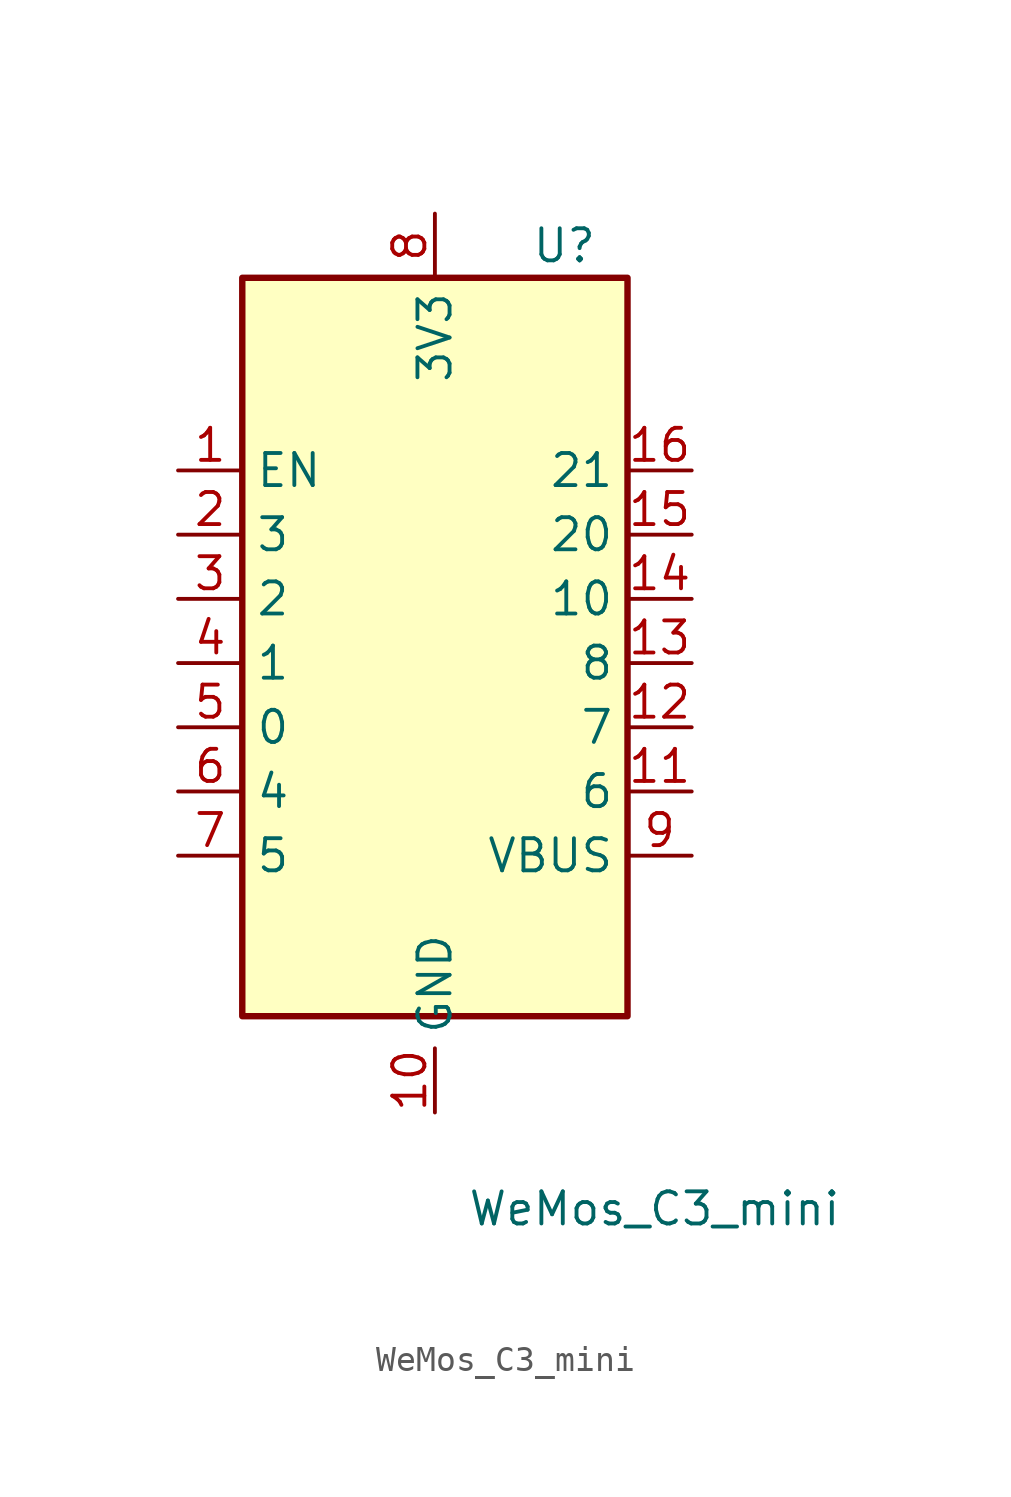
<source format=kicad_sym>
(kicad_symbol_lib
  (version 20220914)
  (generator kicad_symbol_editor)
  (symbol "WeMos_C3_mini"
    (property "Reference" "U"
      (at 3.81 19.05 0)
      (effects (font (size 1.27 1.27)) (justify left)))
    (property "Value" "WeMos_C3_mini"
      (at 1.27 -19.05 0)
      (effects (font (size 1.27 1.27)) (justify left)))
    (symbol "WeMos_C3_mini_1_1"
      (rectangle (start -7.62 17.78) (end 7.62 -11.43) (stroke (width 0.254) (type default)) (fill (type background)))
      (pin input line (at -10.16 10.16 0) (length 2.54) (name "EN" (effects (font (size 1.27 1.27)))) (number "1" (effects (font (size 1.27 1.27)))))
      (pin power_in line (at 0 -15.24 90) (length 2.54) (name "GND" (effects (font (size 1.27 1.27)))) (number "10" (effects (font (size 1.27 1.27)))))
      (pin bidirectional line (at 10.16 -2.54 180) (length 2.54) (name "6" (effects (font (size 1.27 1.27)))) (number "11" (effects (font (size 1.27 1.27)))))
      (pin bidirectional line (at 10.16 0 180) (length 2.54) (name "7" (effects (font (size 1.27 1.27)))) (number "12" (effects (font (size 1.27 1.27)))))
      (pin bidirectional line (at 10.16 2.54 180) (length 2.54) (name "8" (effects (font (size 1.27 1.27)))) (number "13" (effects (font (size 1.27 1.27)))))
      (pin bidirectional line (at 10.16 5.08 180) (length 2.54) (name "10" (effects (font (size 1.27 1.27)))) (number "14" (effects (font (size 1.27 1.27)))))
      (pin input line (at 10.16 7.62 180) (length 2.54) (name "20" (effects (font (size 1.27 1.27)))) (number "15" (effects (font (size 1.27 1.27)))))
      (pin output line (at 10.16 10.16 180) (length 2.54) (name "21" (effects (font (size 1.27 1.27)))) (number "16" (effects (font (size 1.27 1.27)))))
      (pin bidirectional line (at -10.16 7.62 0) (length 2.54) (name "3" (effects (font (size 1.27 1.27)))) (number "2" (effects (font (size 1.27 1.27)))))
      (pin bidirectional line (at -10.16 5.08 0) (length 2.54) (name "2" (effects (font (size 1.27 1.27)))) (number "3" (effects (font (size 1.27 1.27)))))
      (pin bidirectional line (at -10.16 2.54 0) (length 2.54) (name "1" (effects (font (size 1.27 1.27)))) (number "4" (effects (font (size 1.27 1.27)))))
      (pin bidirectional line (at -10.16 0 0) (length 2.54) (name "0" (effects (font (size 1.27 1.27)))) (number "5" (effects (font (size 1.27 1.27)))))
      (pin bidirectional line (at -10.16 -2.54 0) (length 2.54) (name "4" (effects (font (size 1.27 1.27)))) (number "6" (effects (font (size 1.27 1.27)))))
      (pin bidirectional line (at -10.16 -5.08 0) (length 2.54) (name "5" (effects (font (size 1.27 1.27)))) (number "7" (effects (font (size 1.27 1.27)))))
      (pin power_in line (at 0 20.32 270) (length 2.54) (name "3V3" (effects (font (size 1.27 1.27)))) (number "8" (effects (font (size 1.27 1.27)))))
      (pin power_in line (at 10.16 -5.08 180) (length 2.54) (name "VBUS" (effects (font (size 1.27 1.27)))) (number "9" (effects (font (size 1.27 1.27))))))))
</source>
